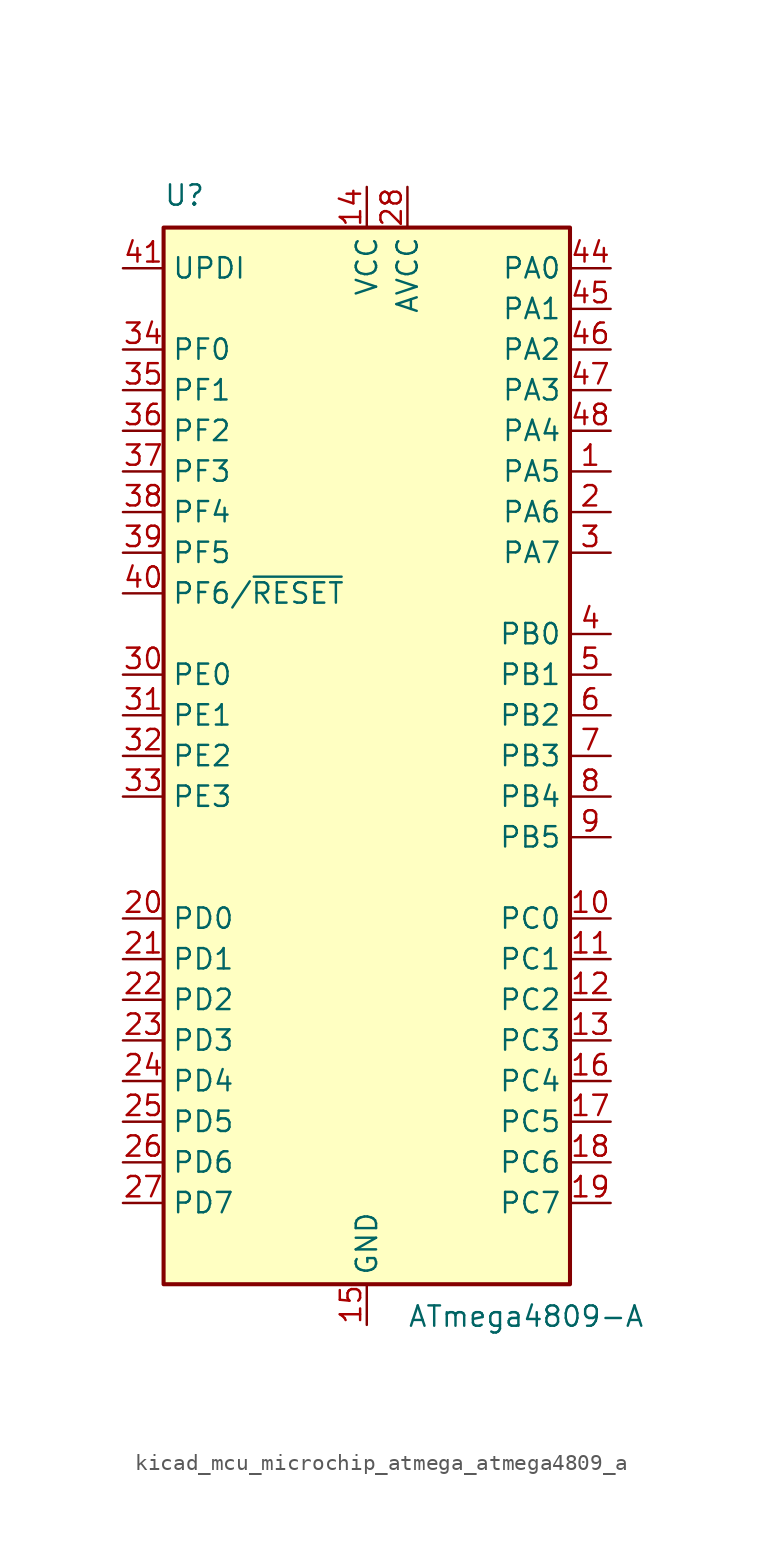
<source format=kicad_sym>
(kicad_symbol_lib
  (version 20220914)
  (generator kicad_symbol_editor)
  (symbol "kicad_mcu_microchip_atmega_atmega4809_a"
    (property "Reference" "U"
      (at -12.7 34.29 0)
      (effects (font (size 1.27 1.27)) (justify left bottom)))
    (property "Value" "ATmega4809-A"
      (at 2.54 -34.29 0)
      (effects (font (size 1.27 1.27)) (justify left top)))
    (symbol "kicad_mcu_microchip_atmega_atmega4809_a_0_1"
      (rectangle (start -12.7 -33.02) (end 12.7 33.02) (stroke (width 0.254) (type default)) (fill (type background))))
    (symbol "kicad_mcu_microchip_atmega_atmega4809_a_1_1"
      (pin bidirectional line (at 15.24 17.78 180) (length 2.54) (name "PA5" (effects (font (size 1.27 1.27)))) (number "1" (effects (font (size 1.27 1.27)))))
      (pin bidirectional line (at 15.24 -10.16 180) (length 2.54) (name "PC0" (effects (font (size 1.27 1.27)))) (number "10" (effects (font (size 1.27 1.27)))))
      (pin bidirectional line (at 15.24 -12.7 180) (length 2.54) (name "PC1" (effects (font (size 1.27 1.27)))) (number "11" (effects (font (size 1.27 1.27)))))
      (pin bidirectional line (at 15.24 -15.24 180) (length 2.54) (name "PC2" (effects (font (size 1.27 1.27)))) (number "12" (effects (font (size 1.27 1.27)))))
      (pin bidirectional line (at 15.24 -17.78 180) (length 2.54) (name "PC3" (effects (font (size 1.27 1.27)))) (number "13" (effects (font (size 1.27 1.27)))))
      (pin power_in line (at 0 35.56 270) (length 2.54) (name "VCC" (effects (font (size 1.27 1.27)))) (number "14" (effects (font (size 1.27 1.27)))))
      (pin power_in line (at 0 -35.56 90) (length 2.54) (name "GND" (effects (font (size 1.27 1.27)))) (number "15" (effects (font (size 1.27 1.27)))))
      (pin bidirectional line (at 15.24 -20.32 180) (length 2.54) (name "PC4" (effects (font (size 1.27 1.27)))) (number "16" (effects (font (size 1.27 1.27)))))
      (pin bidirectional line (at 15.24 -22.86 180) (length 2.54) (name "PC5" (effects (font (size 1.27 1.27)))) (number "17" (effects (font (size 1.27 1.27)))))
      (pin bidirectional line (at 15.24 -25.4 180) (length 2.54) (name "PC6" (effects (font (size 1.27 1.27)))) (number "18" (effects (font (size 1.27 1.27)))))
      (pin bidirectional line (at 15.24 -27.94 180) (length 2.54) (name "PC7" (effects (font (size 1.27 1.27)))) (number "19" (effects (font (size 1.27 1.27)))))
      (pin bidirectional line (at 15.24 15.24 180) (length 2.54) (name "PA6" (effects (font (size 1.27 1.27)))) (number "2" (effects (font (size 1.27 1.27)))))
      (pin bidirectional line (at -15.24 -10.16 0) (length 2.54) (name "PD0" (effects (font (size 1.27 1.27)))) (number "20" (effects (font (size 1.27 1.27)))))
      (pin bidirectional line (at -15.24 -12.7 0) (length 2.54) (name "PD1" (effects (font (size 1.27 1.27)))) (number "21" (effects (font (size 1.27 1.27)))))
      (pin bidirectional line (at -15.24 -15.24 0) (length 2.54) (name "PD2" (effects (font (size 1.27 1.27)))) (number "22" (effects (font (size 1.27 1.27)))))
      (pin bidirectional line (at -15.24 -17.78 0) (length 2.54) (name "PD3" (effects (font (size 1.27 1.27)))) (number "23" (effects (font (size 1.27 1.27)))))
      (pin bidirectional line (at -15.24 -20.32 0) (length 2.54) (name "PD4" (effects (font (size 1.27 1.27)))) (number "24" (effects (font (size 1.27 1.27)))))
      (pin bidirectional line (at -15.24 -22.86 0) (length 2.54) (name "PD5" (effects (font (size 1.27 1.27)))) (number "25" (effects (font (size 1.27 1.27)))))
      (pin bidirectional line (at -15.24 -25.4 0) (length 2.54) (name "PD6" (effects (font (size 1.27 1.27)))) (number "26" (effects (font (size 1.27 1.27)))))
      (pin bidirectional line (at -15.24 -27.94 0) (length 2.54) (name "PD7" (effects (font (size 1.27 1.27)))) (number "27" (effects (font (size 1.27 1.27)))))
      (pin power_in line (at 2.54 35.56 270) (length 2.54) (name "AVCC" (effects (font (size 1.27 1.27)))) (number "28" (effects (font (size 1.27 1.27)))))
      (pin passive line (at 0 -35.56 90) (length 2.54) hide (name "GND" (effects (font (size 1.27 1.27)))) (number "29" (effects (font (size 1.27 1.27)))))
      (pin bidirectional line (at 15.24 12.7 180) (length 2.54) (name "PA7" (effects (font (size 1.27 1.27)))) (number "3" (effects (font (size 1.27 1.27)))))
      (pin bidirectional line (at -15.24 5.08 0) (length 2.54) (name "PE0" (effects (font (size 1.27 1.27)))) (number "30" (effects (font (size 1.27 1.27)))))
      (pin bidirectional line (at -15.24 2.54 0) (length 2.54) (name "PE1" (effects (font (size 1.27 1.27)))) (number "31" (effects (font (size 1.27 1.27)))))
      (pin bidirectional line (at -15.24 0 0) (length 2.54) (name "PE2" (effects (font (size 1.27 1.27)))) (number "32" (effects (font (size 1.27 1.27)))))
      (pin bidirectional line (at -15.24 -2.54 0) (length 2.54) (name "PE3" (effects (font (size 1.27 1.27)))) (number "33" (effects (font (size 1.27 1.27)))))
      (pin bidirectional line (at -15.24 25.4 0) (length 2.54) (name "PF0" (effects (font (size 1.27 1.27)))) (number "34" (effects (font (size 1.27 1.27)))))
      (pin bidirectional line (at -15.24 22.86 0) (length 2.54) (name "PF1" (effects (font (size 1.27 1.27)))) (number "35" (effects (font (size 1.27 1.27)))))
      (pin bidirectional line (at -15.24 20.32 0) (length 2.54) (name "PF2" (effects (font (size 1.27 1.27)))) (number "36" (effects (font (size 1.27 1.27)))))
      (pin bidirectional line (at -15.24 17.78 0) (length 2.54) (name "PF3" (effects (font (size 1.27 1.27)))) (number "37" (effects (font (size 1.27 1.27)))))
      (pin bidirectional line (at -15.24 15.24 0) (length 2.54) (name "PF4" (effects (font (size 1.27 1.27)))) (number "38" (effects (font (size 1.27 1.27)))))
      (pin bidirectional line (at -15.24 12.7 0) (length 2.54) (name "PF5" (effects (font (size 1.27 1.27)))) (number "39" (effects (font (size 1.27 1.27)))))
      (pin bidirectional line (at 15.24 7.62 180) (length 2.54) (name "PB0" (effects (font (size 1.27 1.27)))) (number "4" (effects (font (size 1.27 1.27)))))
      (pin bidirectional line (at -15.24 10.16 0) (length 2.54) (name "PF6/~{RESET}" (effects (font (size 1.27 1.27)))) (number "40" (effects (font (size 1.27 1.27)))))
      (pin bidirectional line (at -15.24 30.48 0) (length 2.54) (name "UPDI" (effects (font (size 1.27 1.27)))) (number "41" (effects (font (size 1.27 1.27)))))
      (pin passive line (at 0 35.56 270) (length 2.54) hide (name "VCC" (effects (font (size 1.27 1.27)))) (number "42" (effects (font (size 1.27 1.27)))))
      (pin passive line (at 0 -35.56 90) (length 2.54) hide (name "GND" (effects (font (size 1.27 1.27)))) (number "43" (effects (font (size 1.27 1.27)))))
      (pin bidirectional line (at 15.24 30.48 180) (length 2.54) (name "PA0" (effects (font (size 1.27 1.27)))) (number "44" (effects (font (size 1.27 1.27)))))
      (pin bidirectional line (at 15.24 27.94 180) (length 2.54) (name "PA1" (effects (font (size 1.27 1.27)))) (number "45" (effects (font (size 1.27 1.27)))))
      (pin bidirectional line (at 15.24 25.4 180) (length 2.54) (name "PA2" (effects (font (size 1.27 1.27)))) (number "46" (effects (font (size 1.27 1.27)))))
      (pin bidirectional line (at 15.24 22.86 180) (length 2.54) (name "PA3" (effects (font (size 1.27 1.27)))) (number "47" (effects (font (size 1.27 1.27)))))
      (pin bidirectional line (at 15.24 20.32 180) (length 2.54) (name "PA4" (effects (font (size 1.27 1.27)))) (number "48" (effects (font (size 1.27 1.27)))))
      (pin bidirectional line (at 15.24 5.08 180) (length 2.54) (name "PB1" (effects (font (size 1.27 1.27)))) (number "5" (effects (font (size 1.27 1.27)))))
      (pin bidirectional line (at 15.24 2.54 180) (length 2.54) (name "PB2" (effects (font (size 1.27 1.27)))) (number "6" (effects (font (size 1.27 1.27)))))
      (pin bidirectional line (at 15.24 0 180) (length 2.54) (name "PB3" (effects (font (size 1.27 1.27)))) (number "7" (effects (font (size 1.27 1.27)))))
      (pin bidirectional line (at 15.24 -2.54 180) (length 2.54) (name "PB4" (effects (font (size 1.27 1.27)))) (number "8" (effects (font (size 1.27 1.27)))))
      (pin bidirectional line (at 15.24 -5.08 180) (length 2.54) (name "PB5" (effects (font (size 1.27 1.27)))) (number "9" (effects (font (size 1.27 1.27))))))))
</source>
